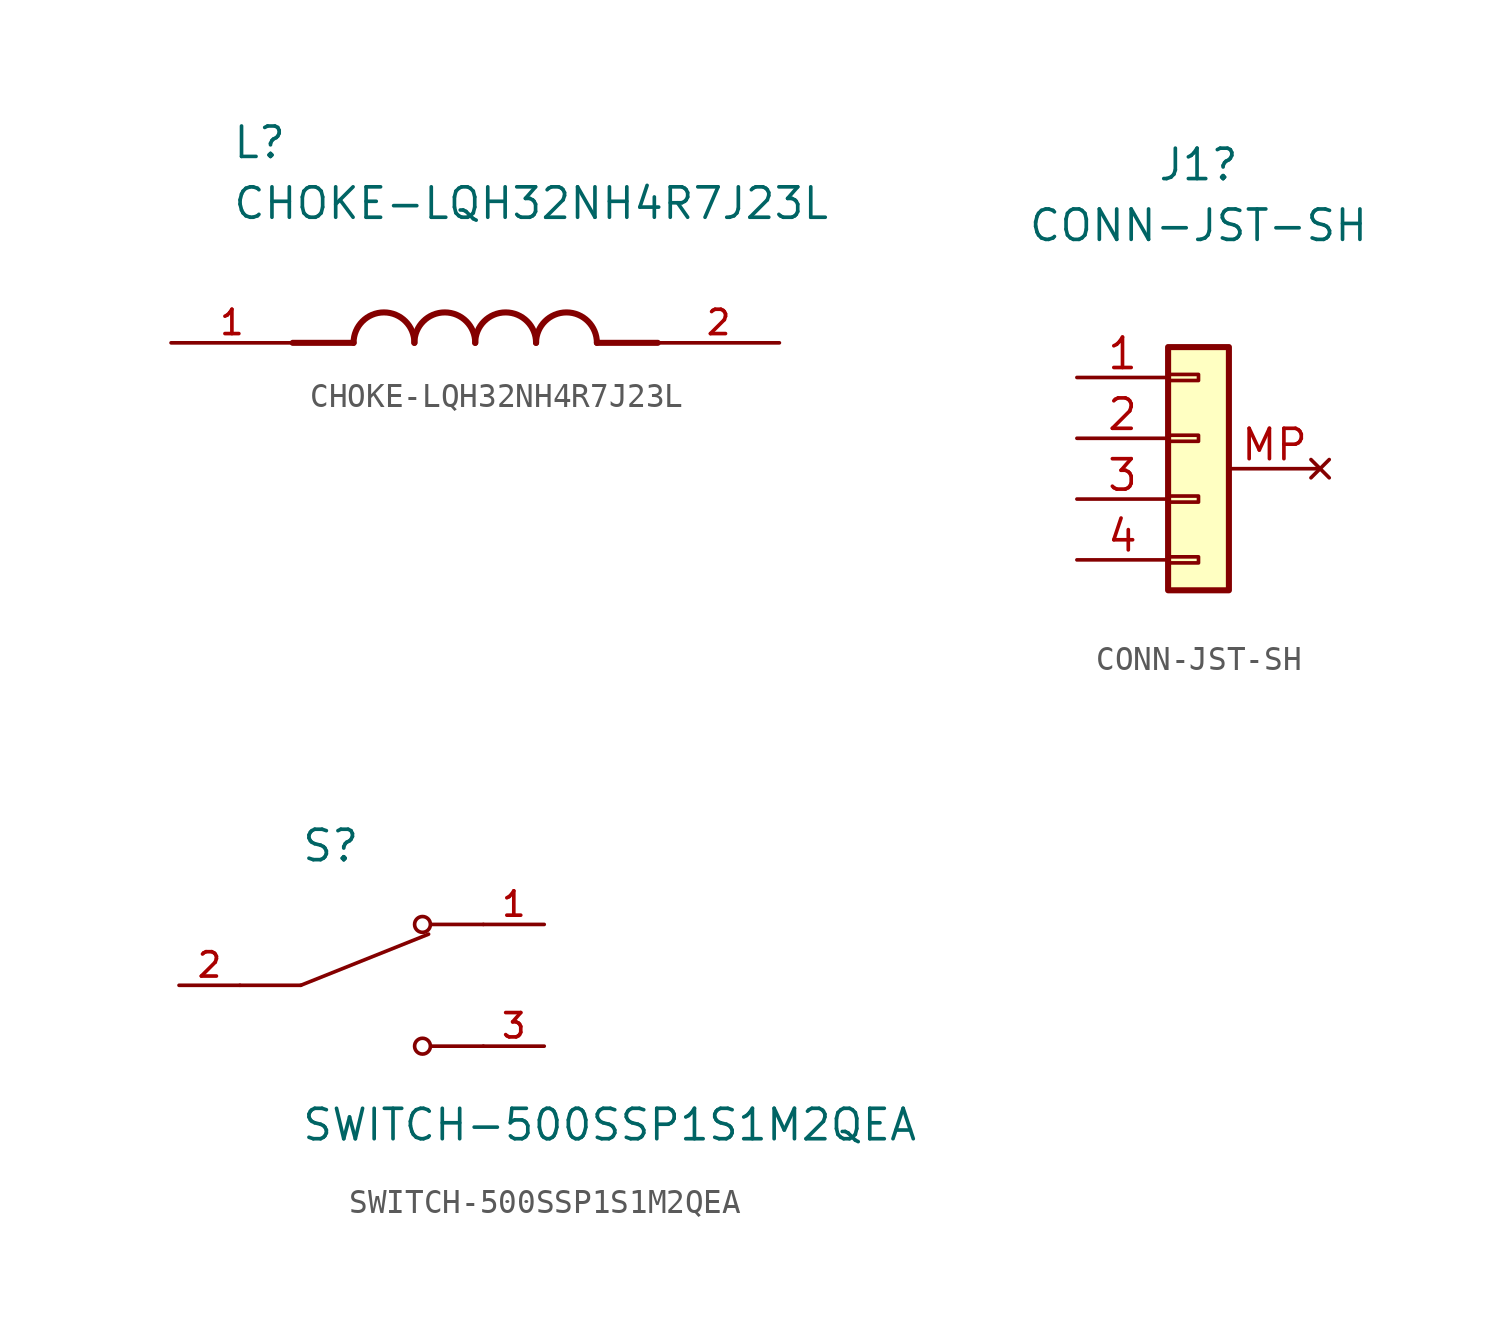
<source format=kicad_sym>
(kicad_symbol_lib
  (version 20211014)
  (generator kicad_symbol_editor)
  (symbol "CHOKE-LQH32NH4R7J23L"
    (pin_names
      (offset 1.016))
    (property "Reference" "L"
      (at -10.16 7.62 0)
      (effects (font (size 1.27 1.27)) (justify left bottom)))
    (property "Value" "CHOKE-LQH32NH4R7J23L"
      (at -10.16 5.08 0)
      (effects (font (size 1.27 1.27)) (justify left bottom)))
    (symbol "CHOKE-LQH32NH4R7J23L_0_0"
      (arc (start -2.54 0) (mid -3.81 1.27) (end -5.08 0) (stroke (width 0.254) (type default) (color 0 0 0 0)) (fill (type none)))
      (arc (start 0 0) (mid -1.27 1.27) (end -2.54 0) (stroke (width 0.254) (type default) (color 0 0 0 0)) (fill (type none)))
      (polyline (pts (xy -5.08 0) (xy -7.62 0)) (stroke (width 0.254) (type default) (color 0 0 0 0)) (fill (type none)))
      (polyline (pts (xy 5.08 0) (xy 7.62 0)) (stroke (width 0.254) (type default) (color 0 0 0 0)) (fill (type none)))
      (arc (start 2.54 0) (mid 1.27 1.27) (end 0 0) (stroke (width 0.254) (type default) (color 0 0 0 0)) (fill (type none)))
      (arc (start 5.08 0) (mid 3.81 1.27) (end 2.54 0) (stroke (width 0.254) (type default) (color 0 0 0 0)) (fill (type none)))
      (pin passive line (at -12.7 0 0) (length 5.08) (name "~" (effects (font (size 1.016 1.016)))) (number "1" (effects (font (size 1.016 1.016)))))
      (pin passive line (at 12.7 0 180) (length 5.08) (name "~" (effects (font (size 1.016 1.016)))) (number "2" (effects (font (size 1.016 1.016)))))))
  (symbol "CONN-JST-SH"
    (pin_names
      (offset 1.016) hide)
    (property "Reference" "J1"
      (at 0 11.43 0)
      (effects (font (size 1.27 1.27))))
    (property "Value" "CONN-JST-SH"
      (at 0 8.89 0)
      (effects (font (size 1.27 1.27))))
    (symbol "CONN-JST-SH_1_1"
      (rectangle (start -1.27 -4.953) (end 0 -5.207) (stroke (width 0.152) (type default) (color 0 0 0 0)) (fill (type none)))
      (rectangle (start -1.27 -2.413) (end 0 -2.667) (stroke (width 0.152) (type default) (color 0 0 0 0)) (fill (type none)))
      (rectangle (start -1.27 0.127) (end 0 -0.127) (stroke (width 0.152) (type default) (color 0 0 0 0)) (fill (type none)))
      (rectangle (start -1.27 2.667) (end 0 2.413) (stroke (width 0.152) (type default) (color 0 0 0 0)) (fill (type none)))
      (rectangle (start -1.27 3.81) (end 1.27 -6.35) (stroke (width 0.254) (type default) (color 0 0 0 0)) (fill (type background)))
      (pin passive line (at -5.08 2.54 0) (length 3.81) (name "Pin_1" (effects (font (size 1.27 1.27)))) (number "1" (effects (font (size 1.27 1.27)))))
      (pin passive line (at -5.08 0 0) (length 3.81) (name "Pin_2" (effects (font (size 1.27 1.27)))) (number "2" (effects (font (size 1.27 1.27)))))
      (pin passive line (at -5.08 -2.54 0) (length 3.81) (name "Pin_3" (effects (font (size 1.27 1.27)))) (number "3" (effects (font (size 1.27 1.27)))))
      (pin passive line (at -5.08 -5.08 0) (length 3.81) (name "Pin_4" (effects (font (size 1.27 1.27)))) (number "4" (effects (font (size 1.27 1.27)))))
      (pin no_connect line (at 5.08 -1.27 180) (length 3.81) (name "Pin_1" (effects (font (size 1.27 1.27)))) (number "MP" (effects (font (size 1.27 1.27)))))))
  (symbol "SWITCH-500SSP1S1M2QEA"
    (pin_names
      (offset 1.016))
    (property "Reference" "S"
      (at -2.54 5.08 0)
      (effects (font (size 1.27 1.27)) (justify left bottom)))
    (property "Value" "SWITCH-500SSP1S1M2QEA"
      (at -2.54 -5.08 0)
      (effects (font (size 1.27 1.27)) (justify left top)))
    (symbol "SWITCH-500SSP1S1M2QEA_0_0"
      (polyline (pts (xy -2.54 0) (xy -5.08 0)) (stroke (width 0.152) (type default) (color 0 0 0 0)) (fill (type none)))
      (polyline (pts (xy -2.54 0) (xy 2.794 2.134)) (stroke (width 0.152) (type default) (color 0 0 0 0)) (fill (type none)))
      (polyline (pts (xy 5.08 -2.54) (xy 2.921 -2.54)) (stroke (width 0.152) (type default) (color 0 0 0 0)) (fill (type none)))
      (polyline (pts (xy 5.08 2.54) (xy 2.921 2.54)) (stroke (width 0.152) (type default) (color 0 0 0 0)) (fill (type none)))
      (circle (center 2.54 -2.54) (radius 0.33) (stroke (width 0.152) (type default) (color 0 0 0 0)) (fill (type none)))
      (circle (center 2.54 2.54) (radius 0.33) (stroke (width 0.152) (type default) (color 0 0 0 0)) (fill (type none)))
      (pin passive line (at 7.62 2.54 180) (length 2.54) (name "~" (effects (font (size 1.016 1.016)))) (number "1" (effects (font (size 1.016 1.016)))))
      (pin passive line (at -7.62 0 0) (length 2.54) (name "~" (effects (font (size 1.016 1.016)))) (number "2" (effects (font (size 1.016 1.016)))))
      (pin passive line (at 7.62 -2.54 180) (length 2.54) (name "~" (effects (font (size 1.016 1.016)))) (number "3" (effects (font (size 1.016 1.016))))))))
</source>
